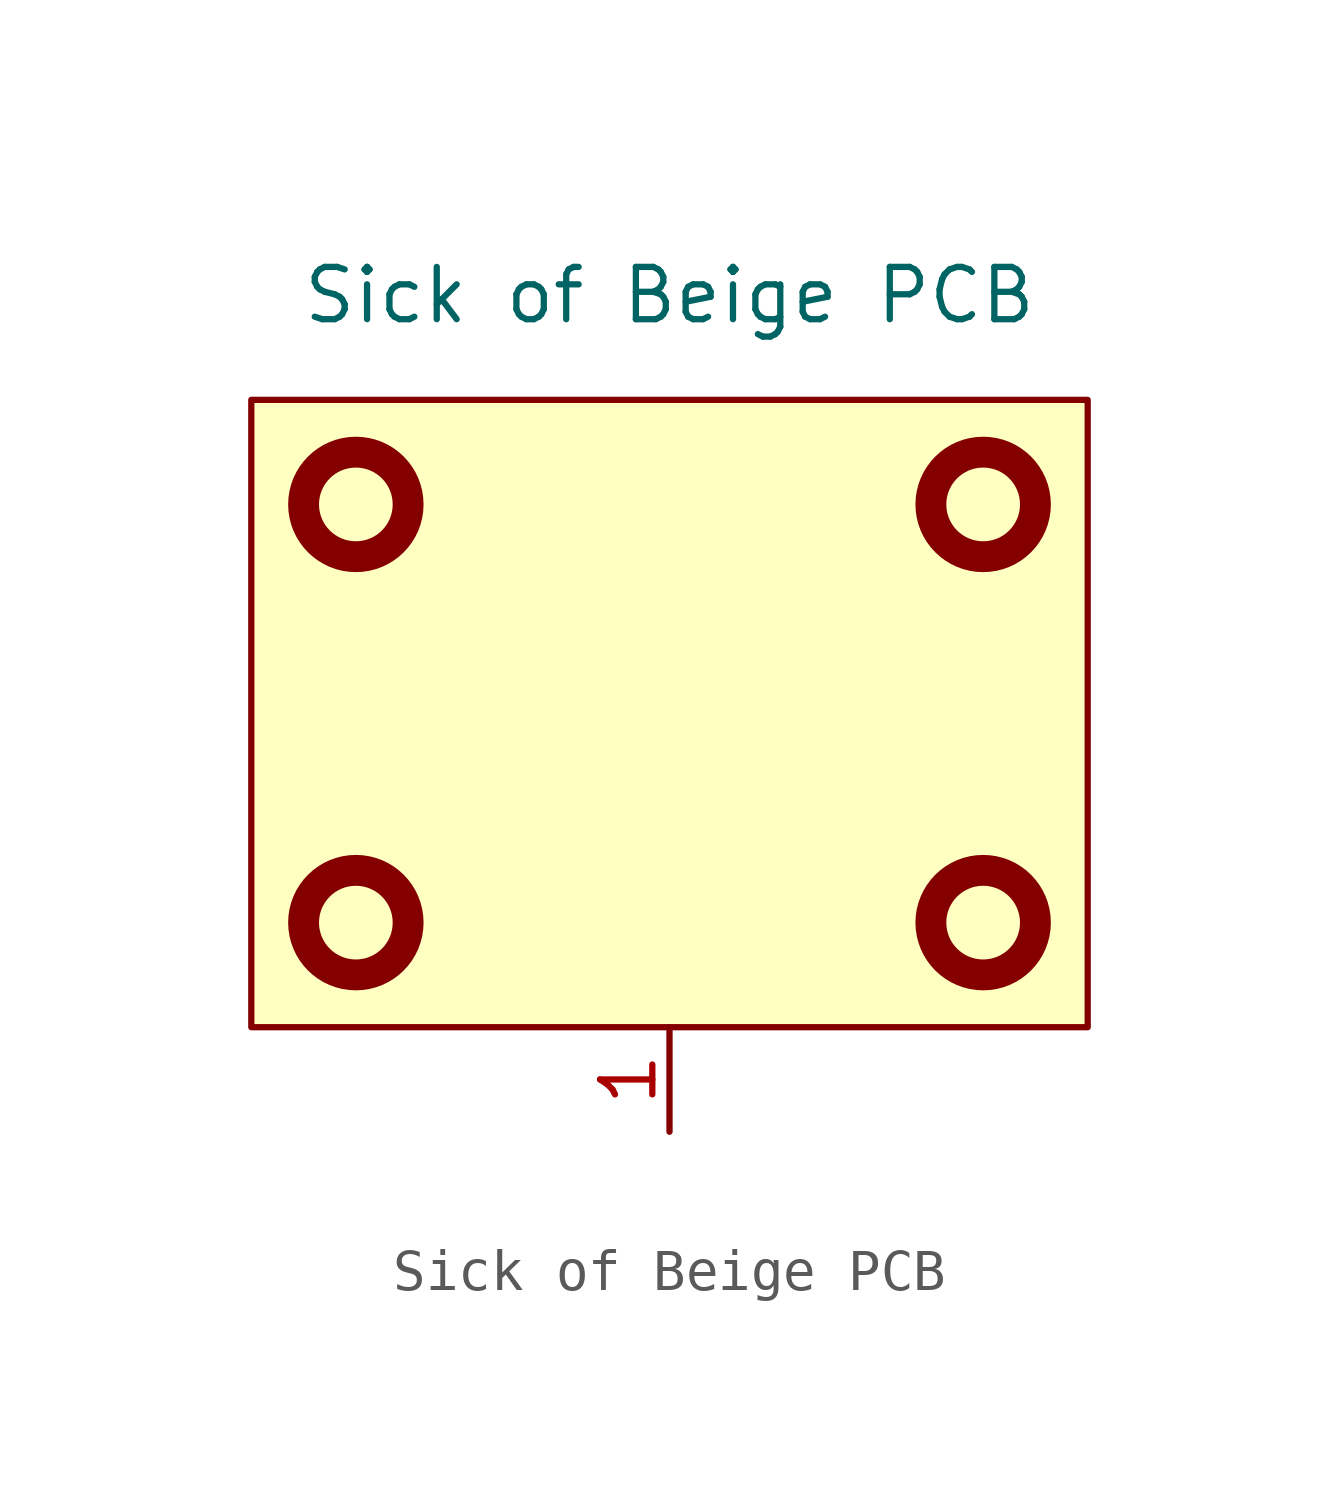
<source format=kicad_sym>
(kicad_symbol_lib
  (version 20220914)
  (generator kicad_symbol_editor)
  (symbol "Sick of Beige PCB"
    (pin_names
      (offset 1.016) hide)
    (property "Reference" "PCB"
      (at 0 6.35 0)
      (effects (font (size 1.27 1.27)) hide))
    (property "Value" "Sick of Beige PCB"
      (at 0 10.16 0)
      (effects (font (size 1.27 1.27))))
    (symbol "Sick of Beige PCB_0_1"
      (rectangle (start -10.16 7.62) (end 10.16 -7.62) (stroke (width 0.152) (type default)) (fill (type background)))
      (circle (center -7.62 -5.08) (radius 1.27) (stroke (width 0.75) (type default)) (fill (type none)))
      (circle (center -7.62 5.08) (radius 1.27) (stroke (width 0.75) (type default)) (fill (type none)))
      (circle (center 7.62 -5.08) (radius 1.27) (stroke (width 0.75) (type default)) (fill (type none)))
      (circle (center 7.62 5.08) (radius 1.27) (stroke (width 0.75) (type default)) (fill (type none))))
    (symbol "Sick of Beige PCB_1_1"
      (pin input line (at 0 -10.16 90) (length 2.54) (name "1" (effects (font (size 1.27 1.27)))) (number "1" (effects (font (size 1.27 1.27))))))))
</source>
